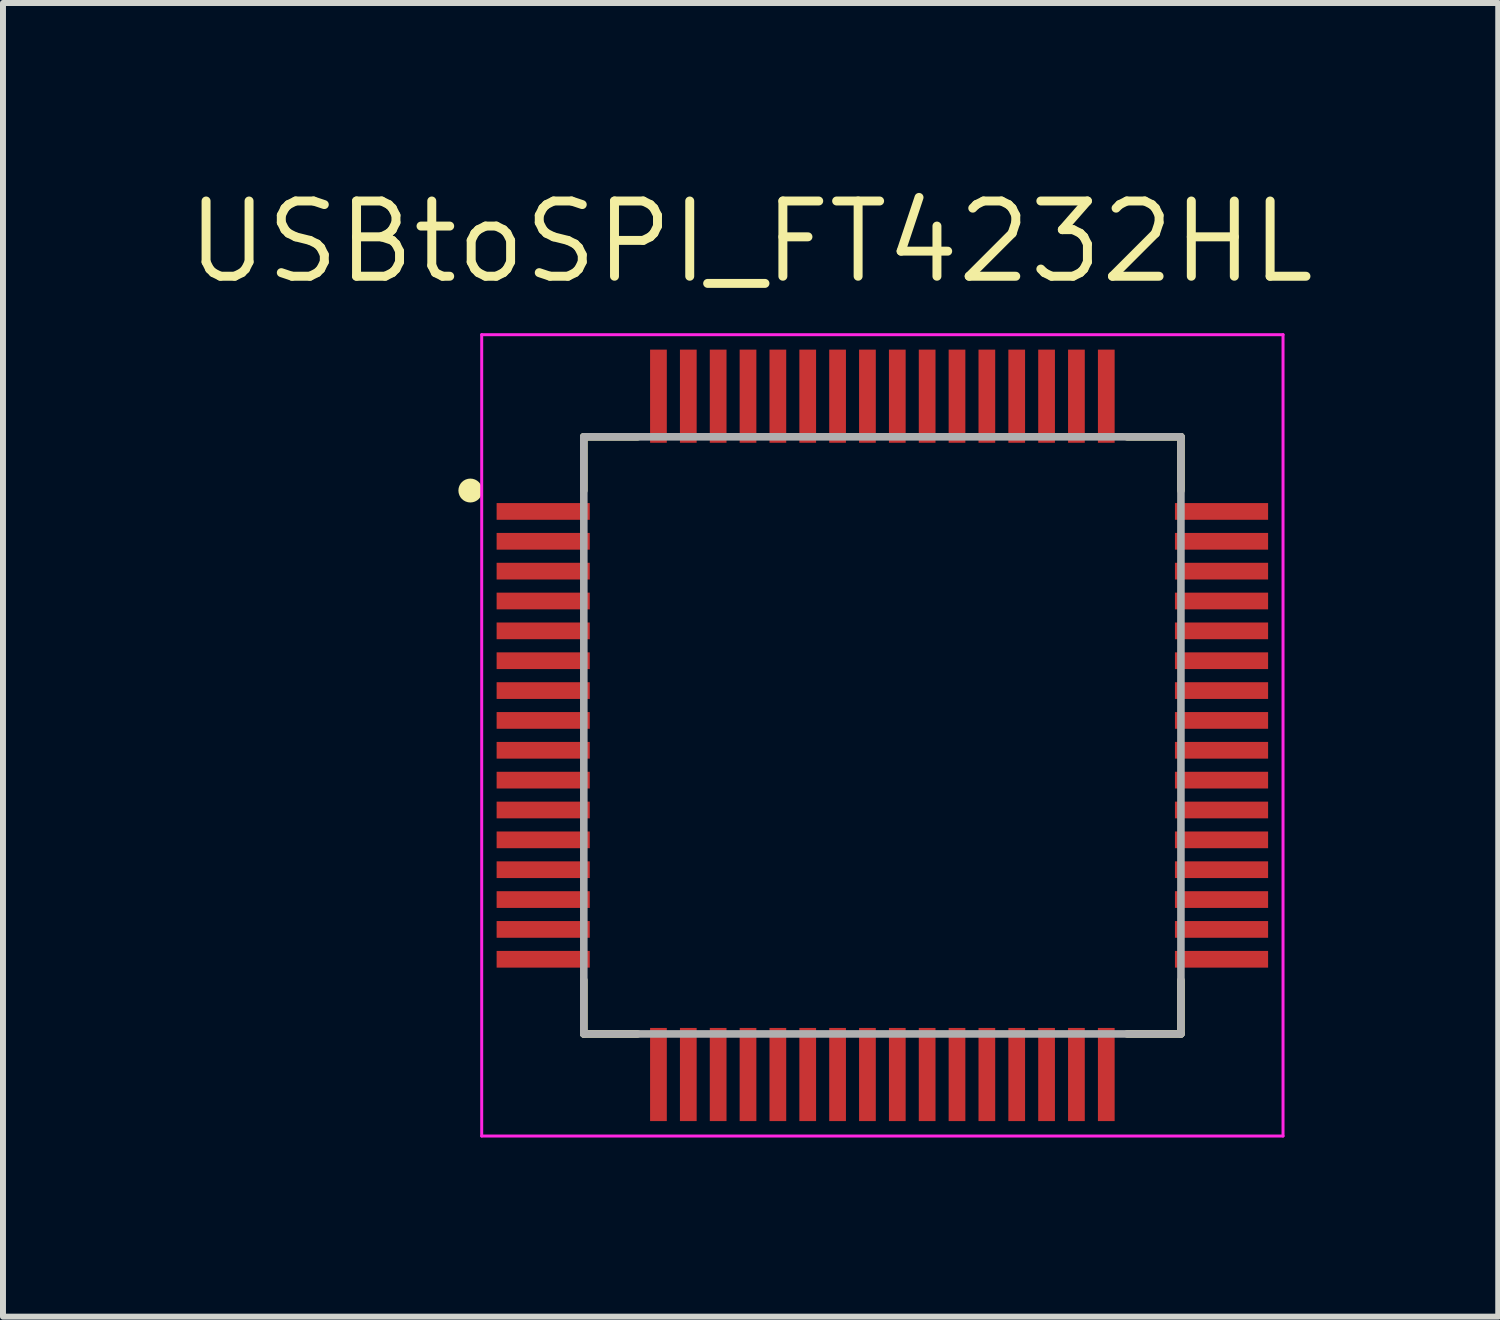
<source format=kicad_pcb>
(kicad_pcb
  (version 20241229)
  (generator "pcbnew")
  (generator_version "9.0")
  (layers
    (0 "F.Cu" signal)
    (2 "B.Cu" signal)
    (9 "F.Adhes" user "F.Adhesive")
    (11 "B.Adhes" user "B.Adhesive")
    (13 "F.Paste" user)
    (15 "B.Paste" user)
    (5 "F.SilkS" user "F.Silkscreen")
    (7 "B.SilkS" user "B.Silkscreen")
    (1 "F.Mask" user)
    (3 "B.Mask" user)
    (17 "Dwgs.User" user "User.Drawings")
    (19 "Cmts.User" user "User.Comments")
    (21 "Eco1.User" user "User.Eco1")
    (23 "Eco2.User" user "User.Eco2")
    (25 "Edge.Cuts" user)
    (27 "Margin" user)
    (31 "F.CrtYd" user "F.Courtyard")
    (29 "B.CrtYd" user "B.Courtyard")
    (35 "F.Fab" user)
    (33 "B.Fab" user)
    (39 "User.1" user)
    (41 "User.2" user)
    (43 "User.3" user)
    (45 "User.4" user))
  (footprint "USBtoSPI_FT4232HL"
    (layer "F.Cu")
    (at 11.727 9.265)
    (property "Reference" "USBtoSPI_FT4232HL" (at -2.206 -8.264 0) (layer "F.SilkS") (effects (font (size 1.26 1.26) (thickness 0.15))))
    (attr through_hole)
    (fp_line (start -5 -5) (end -4.1 -5) (stroke (width 0.127) (type solid)) (layer "F.SilkS"))
    (fp_line (start -5 -4.1) (end -5 -5) (stroke (width 0.127) (type solid)) (layer "F.SilkS"))
    (fp_line (start -5 4.1) (end -5 5) (stroke (width 0.127) (type solid)) (layer "F.SilkS"))
    (fp_line (start -5 5) (end -4.1 5) (stroke (width 0.127) (type solid)) (layer "F.SilkS"))
    (fp_line (start 4.1 -5) (end 5 -5) (stroke (width 0.127) (type solid)) (layer "F.SilkS"))
    (fp_line (start 5 -5) (end 5 -4.1) (stroke (width 0.127) (type solid)) (layer "F.SilkS"))
    (fp_line (start 5 4.1) (end 5 5) (stroke (width 0.127) (type solid)) (layer "F.SilkS"))
    (fp_line (start 5 5) (end 4.1 5) (stroke (width 0.127) (type solid)) (layer "F.SilkS"))
    (fp_circle (center -6.9 -4.1) (end -6.8 -4.1) (stroke (width 0.2) (type solid)) (fill no) (layer "F.SilkS"))
    (fp_line (start -6.71 -6.71) (end 6.71 -6.71) (stroke (width 0.05) (type solid)) (layer "F.CrtYd"))
    (fp_line (start -6.71 6.71) (end -6.71 -6.71) (stroke (width 0.05) (type solid)) (layer "F.CrtYd"))
    (fp_line (start 6.71 -6.71) (end 6.71 6.71) (stroke (width 0.05) (type solid)) (layer "F.CrtYd"))
    (fp_line (start 6.71 6.71) (end -6.71 6.71) (stroke (width 0.05) (type solid)) (layer "F.CrtYd"))
    (fp_line (start -5 -5) (end -5 5) (stroke (width 0.127) (type solid)) (layer "F.Fab"))
    (fp_line (start -5 5) (end 5 5) (stroke (width 0.127) (type solid)) (layer "F.Fab"))
    (fp_line (start 5 -5) (end -5 -5) (stroke (width 0.127) (type solid)) (layer "F.Fab"))
    (fp_line (start 5 5) (end 5 -5) (stroke (width 0.127) (type solid)) (layer "F.Fab"))
    (pad "1" smd rect (at -5.68 -3.75) (size 1.56 0.28) (layers "F.Cu" "F.Mask" "F.Paste"))
    (pad "2" smd rect (at -5.68 -3.25) (size 1.56 0.28) (layers "F.Cu" "F.Mask" "F.Paste"))
    (pad "3" smd rect (at -5.68 -2.75) (size 1.56 0.28) (layers "F.Cu" "F.Mask" "F.Paste"))
    (pad "4" smd rect (at -5.68 -2.25) (size 1.56 0.28) (layers "F.Cu" "F.Mask" "F.Paste"))
    (pad "5" smd rect (at -5.68 -1.75) (size 1.56 0.28) (layers "F.Cu" "F.Mask" "F.Paste"))
    (pad "6" smd rect (at -5.68 -1.25) (size 1.56 0.28) (layers "F.Cu" "F.Mask" "F.Paste"))
    (pad "7" smd rect (at -5.68 -0.75) (size 1.56 0.28) (layers "F.Cu" "F.Mask" "F.Paste"))
    (pad "8" smd rect (at -5.68 -0.25) (size 1.56 0.28) (layers "F.Cu" "F.Mask" "F.Paste"))
    (pad "9" smd rect (at -5.68 0.25) (size 1.56 0.28) (layers "F.Cu" "F.Mask" "F.Paste"))
    (pad "10" smd rect (at -5.68 0.75) (size 1.56 0.28) (layers "F.Cu" "F.Mask" "F.Paste"))
    (pad "11" smd rect (at -5.68 1.25) (size 1.56 0.28) (layers "F.Cu" "F.Mask" "F.Paste"))
    (pad "12" smd rect (at -5.68 1.75) (size 1.56 0.28) (layers "F.Cu" "F.Mask" "F.Paste"))
    (pad "13" smd rect (at -5.68 2.25) (size 1.56 0.28) (layers "F.Cu" "F.Mask" "F.Paste"))
    (pad "14" smd rect (at -5.68 2.75) (size 1.56 0.28) (layers "F.Cu" "F.Mask" "F.Paste"))
    (pad "15" smd rect (at -5.68 3.25) (size 1.56 0.28) (layers "F.Cu" "F.Mask" "F.Paste"))
    (pad "16" smd rect (at -5.68 3.75) (size 1.56 0.28) (layers "F.Cu" "F.Mask" "F.Paste"))
    (pad "17" smd rect (at -3.75 5.68) (size 0.28 1.56) (layers "F.Cu" "F.Mask" "F.Paste"))
    (pad "18" smd rect (at -3.25 5.68) (size 0.28 1.56) (layers "F.Cu" "F.Mask" "F.Paste"))
    (pad "19" smd rect (at -2.75 5.68) (size 0.28 1.56) (layers "F.Cu" "F.Mask" "F.Paste"))
    (pad "20" smd rect (at -2.25 5.68) (size 0.28 1.56) (layers "F.Cu" "F.Mask" "F.Paste"))
    (pad "21" smd rect (at -1.75 5.68) (size 0.28 1.56) (layers "F.Cu" "F.Mask" "F.Paste"))
    (pad "22" smd rect (at -1.25 5.68) (size 0.28 1.56) (layers "F.Cu" "F.Mask" "F.Paste"))
    (pad "23" smd rect (at -0.75 5.68) (size 0.28 1.56) (layers "F.Cu" "F.Mask" "F.Paste"))
    (pad "24" smd rect (at -0.25 5.68) (size 0.28 1.56) (layers "F.Cu" "F.Mask" "F.Paste"))
    (pad "25" smd rect (at 0.25 5.68) (size 0.28 1.56) (layers "F.Cu" "F.Mask" "F.Paste"))
    (pad "26" smd rect (at 0.75 5.68) (size 0.28 1.56) (layers "F.Cu" "F.Mask" "F.Paste"))
    (pad "27" smd rect (at 1.25 5.68) (size 0.28 1.56) (layers "F.Cu" "F.Mask" "F.Paste"))
    (pad "28" smd rect (at 1.75 5.68) (size 0.28 1.56) (layers "F.Cu" "F.Mask" "F.Paste"))
    (pad "29" smd rect (at 2.25 5.68) (size 0.28 1.56) (layers "F.Cu" "F.Mask" "F.Paste"))
    (pad "30" smd rect (at 2.75 5.68) (size 0.28 1.56) (layers "F.Cu" "F.Mask" "F.Paste"))
    (pad "31" smd rect (at 3.25 5.68) (size 0.28 1.56) (layers "F.Cu" "F.Mask" "F.Paste"))
    (pad "32" smd rect (at 3.75 5.68) (size 0.28 1.56) (layers "F.Cu" "F.Mask" "F.Paste"))
    (pad "33" smd rect (at 5.68 3.75) (size 1.56 0.28) (layers "F.Cu" "F.Mask" "F.Paste"))
    (pad "34" smd rect (at 5.68 3.25) (size 1.56 0.28) (layers "F.Cu" "F.Mask" "F.Paste"))
    (pad "35" smd rect (at 5.68 2.75) (size 1.56 0.28) (layers "F.Cu" "F.Mask" "F.Paste"))
    (pad "36" smd rect (at 5.68 2.25) (size 1.56 0.28) (layers "F.Cu" "F.Mask" "F.Paste"))
    (pad "37" smd rect (at 5.68 1.75) (size 1.56 0.28) (layers "F.Cu" "F.Mask" "F.Paste"))
    (pad "38" smd rect (at 5.68 1.25) (size 1.56 0.28) (layers "F.Cu" "F.Mask" "F.Paste"))
    (pad "39" smd rect (at 5.68 0.75) (size 1.56 0.28) (layers "F.Cu" "F.Mask" "F.Paste"))
    (pad "40" smd rect (at 5.68 0.25) (size 1.56 0.28) (layers "F.Cu" "F.Mask" "F.Paste"))
    (pad "41" smd rect (at 5.68 -0.25) (size 1.56 0.28) (layers "F.Cu" "F.Mask" "F.Paste"))
    (pad "42" smd rect (at 5.68 -0.75) (size 1.56 0.28) (layers "F.Cu" "F.Mask" "F.Paste"))
    (pad "43" smd rect (at 5.68 -1.25) (size 1.56 0.28) (layers "F.Cu" "F.Mask" "F.Paste"))
    (pad "44" smd rect (at 5.68 -1.75) (size 1.56 0.28) (layers "F.Cu" "F.Mask" "F.Paste"))
    (pad "45" smd rect (at 5.68 -2.25) (size 1.56 0.28) (layers "F.Cu" "F.Mask" "F.Paste"))
    (pad "46" smd rect (at 5.68 -2.75) (size 1.56 0.28) (layers "F.Cu" "F.Mask" "F.Paste"))
    (pad "47" smd rect (at 5.68 -3.25) (size 1.56 0.28) (layers "F.Cu" "F.Mask" "F.Paste"))
    (pad "48" smd rect (at 5.68 -3.75) (size 1.56 0.28) (layers "F.Cu" "F.Mask" "F.Paste"))
    (pad "49" smd rect (at 3.75 -5.68) (size 0.28 1.56) (layers "F.Cu" "F.Mask" "F.Paste"))
    (pad "50" smd rect (at 3.25 -5.68) (size 0.28 1.56) (layers "F.Cu" "F.Mask" "F.Paste"))
    (pad "51" smd rect (at 2.75 -5.68) (size 0.28 1.56) (layers "F.Cu" "F.Mask" "F.Paste"))
    (pad "52" smd rect (at 2.25 -5.68) (size 0.28 1.56) (layers "F.Cu" "F.Mask" "F.Paste"))
    (pad "53" smd rect (at 1.75 -5.68) (size 0.28 1.56) (layers "F.Cu" "F.Mask" "F.Paste"))
    (pad "54" smd rect (at 1.25 -5.68) (size 0.28 1.56) (layers "F.Cu" "F.Mask" "F.Paste"))
    (pad "55" smd rect (at 0.75 -5.68) (size 0.28 1.56) (layers "F.Cu" "F.Mask" "F.Paste"))
    (pad "56" smd rect (at 0.25 -5.68) (size 0.28 1.56) (layers "F.Cu" "F.Mask" "F.Paste"))
    (pad "57" smd rect (at -0.25 -5.68) (size 0.28 1.56) (layers "F.Cu" "F.Mask" "F.Paste"))
    (pad "58" smd rect (at -0.75 -5.68) (size 0.28 1.56) (layers "F.Cu" "F.Mask" "F.Paste"))
    (pad "59" smd rect (at -1.25 -5.68) (size 0.28 1.56) (layers "F.Cu" "F.Mask" "F.Paste"))
    (pad "60" smd rect (at -1.75 -5.68) (size 0.28 1.56) (layers "F.Cu" "F.Mask" "F.Paste"))
    (pad "61" smd rect (at -2.25 -5.68) (size 0.28 1.56) (layers "F.Cu" "F.Mask" "F.Paste"))
    (pad "62" smd rect (at -2.75 -5.68) (size 0.28 1.56) (layers "F.Cu" "F.Mask" "F.Paste"))
    (pad "63" smd rect (at -3.25 -5.68) (size 0.28 1.56) (layers "F.Cu" "F.Mask" "F.Paste"))
    (pad "64" smd rect (at -3.75 -5.68) (size 0.28 1.56) (layers "F.Cu" "F.Mask" "F.Paste")))
  (gr_rect
    (start -3 -3)
    (end 22.041 19)
    (stroke (width 0.1) (type default))
    (fill no)
    (layer "Edge.Cuts")))
</source>
